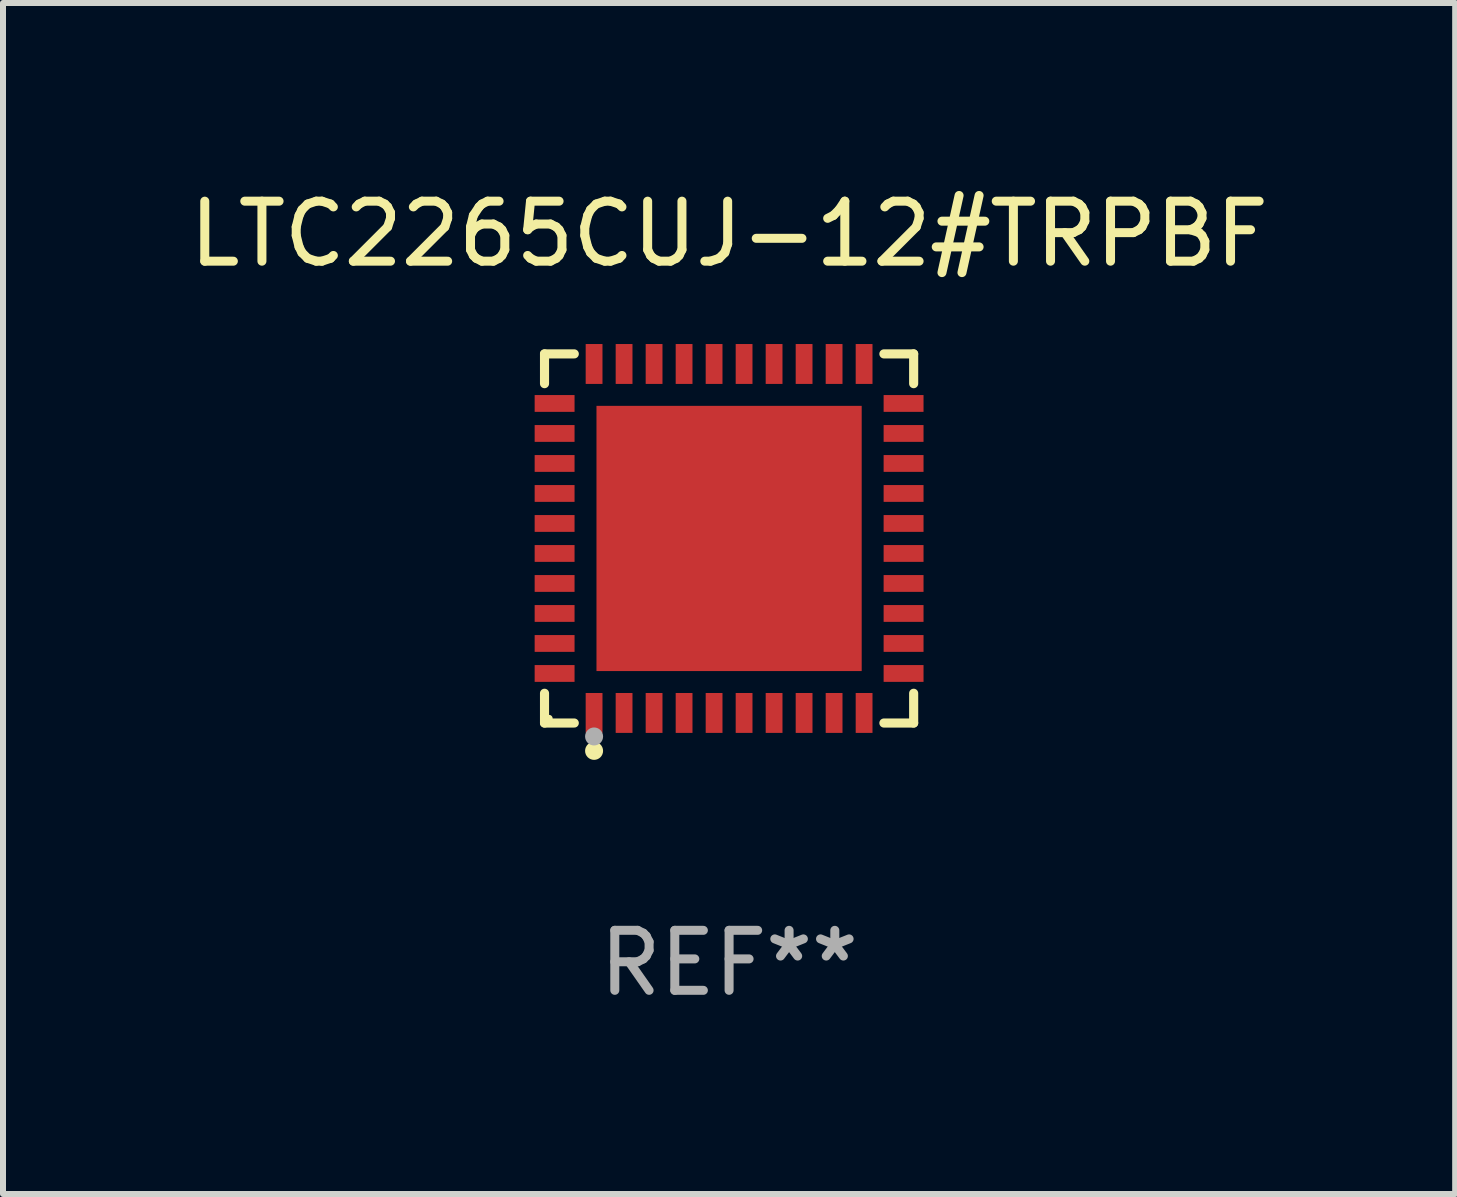
<source format=kicad_pcb>
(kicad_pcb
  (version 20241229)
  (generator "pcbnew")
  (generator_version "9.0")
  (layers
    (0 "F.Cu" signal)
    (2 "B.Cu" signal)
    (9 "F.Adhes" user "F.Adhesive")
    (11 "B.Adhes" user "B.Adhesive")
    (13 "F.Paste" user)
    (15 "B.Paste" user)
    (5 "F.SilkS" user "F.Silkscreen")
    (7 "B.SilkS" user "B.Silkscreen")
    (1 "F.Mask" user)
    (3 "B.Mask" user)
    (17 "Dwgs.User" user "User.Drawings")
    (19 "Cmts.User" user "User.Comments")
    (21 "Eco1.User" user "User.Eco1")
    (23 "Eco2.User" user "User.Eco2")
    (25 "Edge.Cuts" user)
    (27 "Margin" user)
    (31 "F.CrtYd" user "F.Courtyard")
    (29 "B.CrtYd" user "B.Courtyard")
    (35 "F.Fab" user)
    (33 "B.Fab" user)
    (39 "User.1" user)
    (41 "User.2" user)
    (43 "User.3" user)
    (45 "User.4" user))
  (footprint "LTC2265CUJ-12#TRPBF"
    (layer "F.Cu")
    (at 9.101 5.924)
    (property "Reference" "LTC2265CUJ-12#TRPBF" (at 0 -5.076 0) (layer "F.SilkS") (effects (font (size 1 1) (thickness 0.15))))
    (attr through_hole)
    (fp_line (start -3.076 -3.076) (end -2.58 -3.076) (stroke (width 0.152) (type solid)) (layer "F.SilkS"))
    (fp_line (start -3.076 -2.58) (end -3.076 -3.076) (stroke (width 0.152) (type solid)) (layer "F.SilkS"))
    (fp_line (start -3.076 2.58) (end -3.076 3.076) (stroke (width 0.152) (type solid)) (layer "F.SilkS"))
    (fp_line (start -3.076 3.076) (end -2.58 3.076) (stroke (width 0.152) (type solid)) (layer "F.SilkS"))
    (fp_line (start 3.076 -3.076) (end 2.58 -3.076) (stroke (width 0.152) (type solid)) (layer "F.SilkS"))
    (fp_line (start 3.076 -2.58) (end 3.076 -3.076) (stroke (width 0.152) (type solid)) (layer "F.SilkS"))
    (fp_line (start 3.076 2.58) (end 3.076 3.076) (stroke (width 0.152) (type solid)) (layer "F.SilkS"))
    (fp_line (start 3.076 3.076) (end 2.58 3.076) (stroke (width 0.152) (type solid)) (layer "F.SilkS"))
    (fp_circle (center -3 3) (end -2.97 3) (stroke (width 0.06) (type solid)) (fill no) (layer "F.SilkS"))
    (fp_circle (center -2.25 3.54) (end -2.175 3.54) (stroke (width 0.15) (type solid)) (fill no) (layer "F.SilkS"))
    (fp_circle (center -2.25 3.3) (end -2.175 3.3) (stroke (width 0.15) (type solid)) (fill no) (layer "F.Fab"))
    (fp_text user "REF**" (at 0 7.076 0) (layer "F.Fab") (effects (font (size 1 1) (thickness 0.15))))
    (pad "1" smd rect (at -2.25 2.908) (size 0.28 0.665) (layers "F.Cu" "F.Mask" "F.Paste"))
    (pad "2" smd rect (at -1.75 2.908) (size 0.28 0.665) (layers "F.Cu" "F.Mask" "F.Paste"))
    (pad "3" smd rect (at -1.25 2.908) (size 0.28 0.665) (layers "F.Cu" "F.Mask" "F.Paste"))
    (pad "4" smd rect (at -0.75 2.908) (size 0.28 0.665) (layers "F.Cu" "F.Mask" "F.Paste"))
    (pad "5" smd rect (at -0.25 2.908) (size 0.28 0.665) (layers "F.Cu" "F.Mask" "F.Paste"))
    (pad "6" smd rect (at 0.25 2.908) (size 0.28 0.665) (layers "F.Cu" "F.Mask" "F.Paste"))
    (pad "7" smd rect (at 0.75 2.908) (size 0.28 0.665) (layers "F.Cu" "F.Mask" "F.Paste"))
    (pad "8" smd rect (at 1.25 2.908) (size 0.28 0.665) (layers "F.Cu" "F.Mask" "F.Paste"))
    (pad "9" smd rect (at 1.75 2.908) (size 0.28 0.665) (layers "F.Cu" "F.Mask" "F.Paste"))
    (pad "10" smd rect (at 2.25 2.908) (size 0.28 0.665) (layers "F.Cu" "F.Mask" "F.Paste"))
    (pad "11" smd rect (at 2.908 2.25) (size 0.665 0.28) (layers "F.Cu" "F.Mask" "F.Paste"))
    (pad "12" smd rect (at 2.908 1.75) (size 0.665 0.28) (layers "F.Cu" "F.Mask" "F.Paste"))
    (pad "13" smd rect (at 2.908 1.25) (size 0.665 0.28) (layers "F.Cu" "F.Mask" "F.Paste"))
    (pad "14" smd rect (at 2.908 0.75) (size 0.665 0.28) (layers "F.Cu" "F.Mask" "F.Paste"))
    (pad "15" smd rect (at 2.908 0.25) (size 0.665 0.28) (layers "F.Cu" "F.Mask" "F.Paste"))
    (pad "16" smd rect (at 2.908 -0.25) (size 0.665 0.28) (layers "F.Cu" "F.Mask" "F.Paste"))
    (pad "17" smd rect (at 2.908 -0.75) (size 0.665 0.28) (layers "F.Cu" "F.Mask" "F.Paste"))
    (pad "18" smd rect (at 2.908 -1.25) (size 0.665 0.28) (layers "F.Cu" "F.Mask" "F.Paste"))
    (pad "19" smd rect (at 2.908 -1.75) (size 0.665 0.28) (layers "F.Cu" "F.Mask" "F.Paste"))
    (pad "20" smd rect (at 2.908 -2.25) (size 0.665 0.28) (layers "F.Cu" "F.Mask" "F.Paste"))
    (pad "21" smd rect (at 2.25 -2.908) (size 0.28 0.665) (layers "F.Cu" "F.Mask" "F.Paste"))
    (pad "22" smd rect (at 1.75 -2.908) (size 0.28 0.665) (layers "F.Cu" "F.Mask" "F.Paste"))
    (pad "23" smd rect (at 1.25 -2.908) (size 0.28 0.665) (layers "F.Cu" "F.Mask" "F.Paste"))
    (pad "24" smd rect (at 0.75 -2.908) (size 0.28 0.665) (layers "F.Cu" "F.Mask" "F.Paste"))
    (pad "25" smd rect (at 0.25 -2.908) (size 0.28 0.665) (layers "F.Cu" "F.Mask" "F.Paste"))
    (pad "26" smd rect (at -0.25 -2.908) (size 0.28 0.665) (layers "F.Cu" "F.Mask" "F.Paste"))
    (pad "27" smd rect (at -0.75 -2.908) (size 0.28 0.665) (layers "F.Cu" "F.Mask" "F.Paste"))
    (pad "28" smd rect (at -1.25 -2.908) (size 0.28 0.665) (layers "F.Cu" "F.Mask" "F.Paste"))
    (pad "29" smd rect (at -1.75 -2.908) (size 0.28 0.665) (layers "F.Cu" "F.Mask" "F.Paste"))
    (pad "30" smd rect (at -2.25 -2.908) (size 0.28 0.665) (layers "F.Cu" "F.Mask" "F.Paste"))
    (pad "31" smd rect (at -2.908 -2.25) (size 0.665 0.28) (layers "F.Cu" "F.Mask" "F.Paste"))
    (pad "32" smd rect (at -2.908 -1.75) (size 0.665 0.28) (layers "F.Cu" "F.Mask" "F.Paste"))
    (pad "33" smd rect (at -2.908 -1.25) (size 0.665 0.28) (layers "F.Cu" "F.Mask" "F.Paste"))
    (pad "34" smd rect (at -2.908 -0.75) (size 0.665 0.28) (layers "F.Cu" "F.Mask" "F.Paste"))
    (pad "35" smd rect (at -2.908 -0.25) (size 0.665 0.28) (layers "F.Cu" "F.Mask" "F.Paste"))
    (pad "36" smd rect (at -2.908 0.25) (size 0.665 0.28) (layers "F.Cu" "F.Mask" "F.Paste"))
    (pad "37" smd rect (at -2.908 0.75) (size 0.665 0.28) (layers "F.Cu" "F.Mask" "F.Paste"))
    (pad "38" smd rect (at -2.908 1.25) (size 0.665 0.28) (layers "F.Cu" "F.Mask" "F.Paste"))
    (pad "39" smd rect (at -2.908 1.75) (size 0.665 0.28) (layers "F.Cu" "F.Mask" "F.Paste"))
    (pad "40" smd rect (at -2.908 2.25) (size 0.665 0.28) (layers "F.Cu" "F.Mask" "F.Paste"))
    (pad "41" smd rect (at 0 0) (size 4.42 4.42) (layers "F.Cu" "F.Mask" "F.Paste")))
  (gr_rect
    (start -3 -3)
    (end 21.202 16.849)
    (stroke (width 0.1) (type default))
    (fill no)
    (layer "Edge.Cuts")))
</source>
